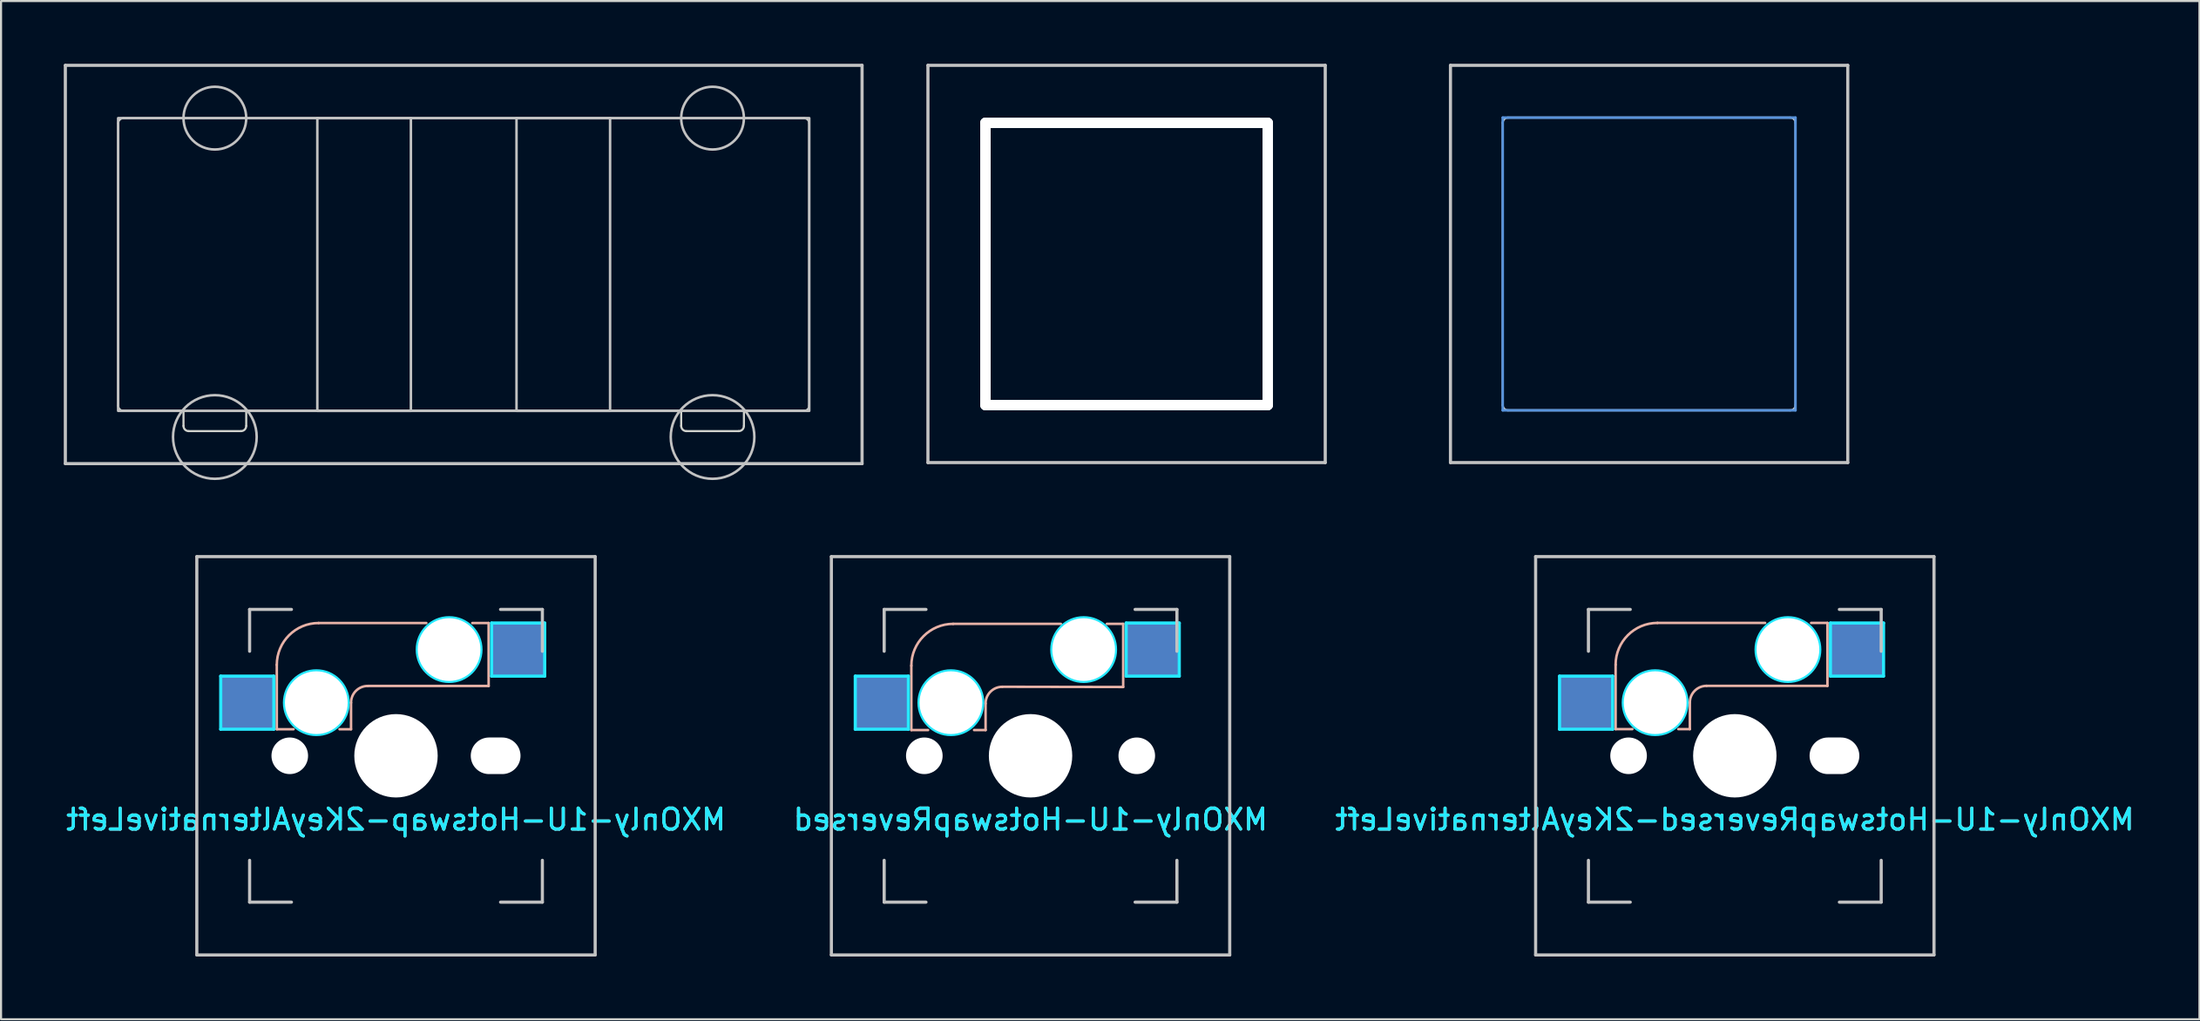
<source format=kicad_pcb>
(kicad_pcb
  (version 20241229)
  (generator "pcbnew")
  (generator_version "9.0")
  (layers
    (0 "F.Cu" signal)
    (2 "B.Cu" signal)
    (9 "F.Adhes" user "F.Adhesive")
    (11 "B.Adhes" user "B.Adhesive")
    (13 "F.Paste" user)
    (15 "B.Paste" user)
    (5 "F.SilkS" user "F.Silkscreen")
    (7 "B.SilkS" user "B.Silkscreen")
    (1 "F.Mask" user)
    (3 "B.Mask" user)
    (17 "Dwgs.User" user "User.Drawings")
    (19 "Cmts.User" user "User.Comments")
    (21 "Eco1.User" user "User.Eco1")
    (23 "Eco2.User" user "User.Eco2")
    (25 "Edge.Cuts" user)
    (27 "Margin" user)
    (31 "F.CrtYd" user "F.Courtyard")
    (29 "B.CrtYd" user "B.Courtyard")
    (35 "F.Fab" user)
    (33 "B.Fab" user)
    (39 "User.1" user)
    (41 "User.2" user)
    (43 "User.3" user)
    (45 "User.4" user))
  (footprint "MXOnly-1U-Hotswap-2KeyAlternativeLeft"
    (layer "F.Cu")
    (at 15.887 33.098)
    (property "Reference" "MXOnly-1U-Hotswap-2KeyAlternativeLeft" (at 0 3.048 0) (layer "B.CrtYd") (effects (font (size 1 1) (thickness 0.15)) (justify mirror)))
    (attr smd)
    (fp_line (start -5.7 -1.27) (end -5.7 -4.35) (stroke (width 0.12) (type solid)) (layer "B.SilkS"))
    (fp_line (start -5.7 -1.27) (end -4.9 -1.27) (stroke (width 0.12) (type solid)) (layer "B.SilkS"))
    (fp_line (start -3.7 -6.35) (end 1.45 -6.35) (stroke (width 0.12) (type solid)) (layer "B.SilkS"))
    (fp_line (start -2.15 -1.27) (end -2.7 -1.27) (stroke (width 0.12) (type solid)) (layer "B.SilkS"))
    (fp_line (start -2.15 -1.27) (end -2.15 -2.54) (stroke (width 0.12) (type solid)) (layer "B.SilkS"))
    (fp_line (start 4.43 -6.35) (end 3.65 -6.35) (stroke (width 0.12) (type solid)) (layer "B.SilkS"))
    (fp_line (start 4.43 -6.35) (end 4.43 -3.34) (stroke (width 0.12) (type solid)) (layer "B.SilkS"))
    (fp_line (start 4.43 -3.34) (end -1.35 -3.34) (stroke (width 0.12) (type solid)) (layer "B.SilkS"))
    (fp_arc (start -5.7 -4.35) (mid -5.114214 -5.764214) (end -3.7 -6.35) (stroke (width 0.12) (type solid)) (layer "B.SilkS"))
    (fp_arc (start -2.15 -2.54) (mid -1.915685 -3.105685) (end -1.35 -3.34) (stroke (width 0.12) (type solid)) (layer "B.SilkS"))
    (fp_line (start -9.525 -9.525) (end 9.525 -9.525) (stroke (width 0.15) (type solid)) (layer "Dwgs.User"))
    (fp_line (start -9.525 9.525) (end -9.525 -9.525) (stroke (width 0.15) (type solid)) (layer "Dwgs.User"))
    (fp_line (start -7 -7) (end -7 -5) (stroke (width 0.15) (type solid)) (layer "Dwgs.User"))
    (fp_line (start -7 5) (end -7 7) (stroke (width 0.15) (type solid)) (layer "Dwgs.User"))
    (fp_line (start -7 7) (end -5 7) (stroke (width 0.15) (type solid)) (layer "Dwgs.User"))
    (fp_line (start -5 -7) (end -7 -7) (stroke (width 0.15) (type solid)) (layer "Dwgs.User"))
    (fp_line (start 5 -7) (end 7 -7) (stroke (width 0.15) (type solid)) (layer "Dwgs.User"))
    (fp_line (start 5 7) (end 7 7) (stroke (width 0.15) (type solid)) (layer "Dwgs.User"))
    (fp_line (start 7 -7) (end 7 -5) (stroke (width 0.15) (type solid)) (layer "Dwgs.User"))
    (fp_line (start 7 7) (end 7 5) (stroke (width 0.15) (type solid)) (layer "Dwgs.User"))
    (fp_line (start 9.525 -9.525) (end 9.525 9.525) (stroke (width 0.15) (type solid)) (layer "Dwgs.User"))
    (fp_line (start 9.525 9.525) (end -9.525 9.525) (stroke (width 0.15) (type solid)) (layer "Dwgs.User"))
    (fp_line (start -8.382 -3.81) (end -8.382 -1.27) (stroke (width 0.15) (type solid)) (layer "B.CrtYd"))
    (fp_line (start -8.382 -1.27) (end -5.842 -1.27) (stroke (width 0.15) (type solid)) (layer "B.CrtYd"))
    (fp_line (start -5.842 -3.81) (end -8.382 -3.81) (stroke (width 0.15) (type solid)) (layer "B.CrtYd"))
    (fp_line (start -5.842 -1.27) (end -5.842 -3.81) (stroke (width 0.15) (type solid)) (layer "B.CrtYd"))
    (fp_line (start 4.572 -6.35) (end 7.112 -6.35) (stroke (width 0.15) (type solid)) (layer "B.CrtYd"))
    (fp_line (start 4.572 -3.81) (end 4.572 -6.35) (stroke (width 0.15) (type solid)) (layer "B.CrtYd"))
    (fp_line (start 7.112 -6.35) (end 7.112 -3.81) (stroke (width 0.15) (type solid)) (layer "B.CrtYd"))
    (fp_line (start 7.112 -3.81) (end 4.572 -3.81) (stroke (width 0.15) (type solid)) (layer "B.CrtYd"))
    (fp_circle (center -3.81 -2.54) (end -3.81 -4.064) (stroke (width 0.15) (type solid)) (fill no) (layer "B.CrtYd"))
    (fp_circle (center 2.54 -5.08) (end 2.54 -6.604) (stroke (width 0.15) (type solid)) (fill no) (layer "B.CrtYd"))
    (fp_text user "${REFERENCE}" (at 0 3.048 0) (layer "B.SilkS") (effects (font (size 1 1) (thickness 0.15)) (justify mirror)))
    (pad "" np_thru_hole circle (at -5.08 0 48.1) (size 1.75 1.75) (drill 1.75) (layers "*.Cu" "*.Mask"))
    (pad "" np_thru_hole circle (at -3.81 -2.54) (size 3 3) (drill 3) (layers "*.Cu" "*.Mask"))
    (pad "" np_thru_hole circle (at 0 0) (size 3.988 3.988) (drill 3.988) (layers "*.Cu" "*.Mask"))
    (pad "" np_thru_hole circle (at 2.54 -5.08) (size 3 3) (drill 3) (layers "*.Cu" "*.Mask"))
    (pad "" np_thru_hole oval (at 4.765 0) (size 2.38 1.75) (drill oval 2.38 1.75) (layers "*.Cu" "*.Mask"))
    (pad "1" smd rect (at -7.085 -2.54) (size 2.55 2.5) (layers "B.Cu" "B.Mask" "B.Paste"))
    (pad "2" smd rect (at 5.842 -5.08) (size 2.55 2.5) (layers "B.Cu" "B.Mask" "B.Paste")))
  (footprint "MX_Switch_Cutout_Square_fillets"
    (layer "F.Cu")
    (at 75.813 9.575)
    (property "Reference" "MX_Switch_Cutout_Square_fillets" (at 0.25 10.05 0) (layer "Eco2.User") (effects (font (size 1 1) (thickness 0.15))))
    (attr through_hole)
    (fp_line (start -9.5 -9.5) (end 9.5 -9.5) (stroke (width 0.15) (type solid)) (layer "Dwgs.User"))
    (fp_line (start -9.5 9.5) (end -9.5 -9.5) (stroke (width 0.15) (type solid)) (layer "Dwgs.User"))
    (fp_line (start 9.5 -9.5) (end 9.5 9.5) (stroke (width 0.15) (type solid)) (layer "Dwgs.User"))
    (fp_line (start 9.5 9.5) (end -9.5 9.5) (stroke (width 0.15) (type solid)) (layer "Dwgs.User"))
    (fp_line (start -7 -7) (end 7 -7) (stroke (width 0.12) (type solid)) (layer "Cmts.User"))
    (fp_line (start -7 7) (end -7 -7) (stroke (width 0.12) (type solid)) (layer "Cmts.User"))
    (fp_line (start -7 7) (end 7 7) (stroke (width 0.12) (type solid)) (layer "Cmts.User"))
    (fp_line (start 7 7) (end 7 -7) (stroke (width 0.12) (type solid)) (layer "Cmts.User"))
    (fp_line (start -7 -6.75) (end -7 6.75) (stroke (width 0.1) (type solid)) (layer "Edge.Cuts"))
    (fp_line (start -6.75 -7) (end 6.75 -7) (stroke (width 0.1) (type solid)) (layer "Edge.Cuts"))
    (fp_line (start -6.75 7) (end 6.75 7) (stroke (width 0.1) (type solid)) (layer "Edge.Cuts"))
    (fp_line (start 7 -6.75) (end 7 6.75) (stroke (width 0.1) (type solid)) (layer "Edge.Cuts"))
    (fp_arc (start -7.000001 -6.750001) (mid -6.926777 -6.926777) (end -6.75 -7) (stroke (width 0.1) (type solid)) (layer "Edge.Cuts"))
    (fp_arc (start -6.75 7) (mid -6.926776 6.926778) (end -7 6.750002) (stroke (width 0.1) (type solid)) (layer "Edge.Cuts"))
    (fp_arc (start 6.75 -7) (mid 6.926777 -6.926777) (end 7 -6.75) (stroke (width 0.1) (type solid)) (layer "Edge.Cuts"))
    (fp_arc (start 7.000001 6.750001) (mid 6.926777 6.926777) (end 6.75 7) (stroke (width 0.1) (type solid)) (layer "Edge.Cuts")))
  (footprint "MX_Switch_Cutout-Combo-2u_2x1u"
    (layer "F.Cu")
    (at 19.125 9.6)
    (property "Reference" "MX_Switch_Cutout-Combo-2u_2x1u" (at 0.25 10.05 0) (layer "Eco2.User") (effects (font (size 1 1) (thickness 0.15))))
    (fp_line (start -19.05 -9.525) (end 19.05 -9.525) (stroke (width 0.15) (type solid)) (layer "Dwgs.User"))
    (fp_line (start -19.05 9.525) (end -19.05 -9.525) (stroke (width 0.15) (type solid)) (layer "Dwgs.User"))
    (fp_line (start 19.05 -9.525) (end 19.05 9.525) (stroke (width 0.15) (type solid)) (layer "Dwgs.User"))
    (fp_line (start 19.05 9.525) (end -19.05 9.525) (stroke (width 0.15) (type solid)) (layer "Dwgs.User"))
    (fp_rect (start -16.525 -7) (end -2.525 7) (stroke (width 0.12) (type solid)) (fill no) (layer "Dwgs.User"))
    (fp_rect (start -7 -7) (end 7 7) (stroke (width 0.12) (type solid)) (fill no) (layer "Dwgs.User"))
    (fp_rect (start 16.525 -7) (end 2.525 7) (stroke (width 0.12) (type solid)) (fill no) (layer "Dwgs.User"))
    (fp_circle (center -11.9 -7) (end -10.4 -7) (stroke (width 0.12) (type solid)) (fill no) (layer "Dwgs.User"))
    (fp_circle (center -11.9 8.25) (end -9.9 8.25) (stroke (width 0.12) (type solid)) (fill no) (layer "Dwgs.User"))
    (fp_circle (center 11.9 -7) (end 13.4 -7) (stroke (width 0.12) (type solid)) (fill no) (layer "Dwgs.User"))
    (fp_circle (center 11.9 8.25) (end 13.9 8.25) (stroke (width 0.12) (type solid)) (fill no) (layer "Dwgs.User"))
    (fp_line (start -16.525 6.75) (end -16.525 -6.75) (stroke (width 0.1) (type solid)) (layer "Edge.Cuts"))
    (fp_line (start -16.275 -7) (end 16.275 -7) (stroke (width 0.1) (type solid)) (layer "Edge.Cuts"))
    (fp_line (start -13.4 7) (end -16.275 7) (stroke (width 0.1) (type solid)) (layer "Edge.Cuts"))
    (fp_line (start -13.4 7) (end -13.4 7.72) (stroke (width 0.1) (type solid)) (layer "Edge.Cuts"))
    (fp_line (start -13.15 7.97) (end -10.65 7.97) (stroke (width 0.1) (type solid)) (layer "Edge.Cuts"))
    (fp_line (start -10.4 7.72) (end -10.4 7) (stroke (width 0.1) (type solid)) (layer "Edge.Cuts"))
    (fp_line (start 10.4 7) (end -10.4 7) (stroke (width 0.1) (type solid)) (layer "Edge.Cuts"))
    (fp_line (start 10.4 7.72) (end 10.4 7) (stroke (width 0.1) (type solid)) (layer "Edge.Cuts"))
    (fp_line (start 13.15 7.97) (end 10.65 7.97) (stroke (width 0.1) (type solid)) (layer "Edge.Cuts"))
    (fp_line (start 13.4 7) (end 13.4 7.72) (stroke (width 0.1) (type solid)) (layer "Edge.Cuts"))
    (fp_line (start 13.4 7) (end 16.275 7) (stroke (width 0.1) (type solid)) (layer "Edge.Cuts"))
    (fp_line (start 16.525 6.75) (end 16.525 -6.75) (stroke (width 0.1) (type solid)) (layer "Edge.Cuts"))
    (fp_arc (start -16.525 -6.75) (mid -16.451776 -6.926776) (end -16.275 -6.999998) (stroke (width 0.1) (type solid)) (layer "Edge.Cuts"))
    (fp_arc (start -16.275 7) (mid -16.451776 6.926778) (end -16.525 6.750002) (stroke (width 0.1) (type solid)) (layer "Edge.Cuts"))
    (fp_arc (start -13.15 7.97) (mid -13.326776 7.896778) (end -13.4 7.720002) (stroke (width 0.1) (type solid)) (layer "Edge.Cuts"))
    (fp_arc (start -10.4 7.72) (mid -10.473222 7.896776) (end -10.649998 7.97) (stroke (width 0.1) (type solid)) (layer "Edge.Cuts"))
    (fp_arc (start 10.649999 7.970001) (mid 10.473223 7.896777) (end 10.4 7.72) (stroke (width 0.1) (type solid)) (layer "Edge.Cuts"))
    (fp_arc (start 13.400001 7.720001) (mid 13.326777 7.896777) (end 13.15 7.97) (stroke (width 0.1) (type solid)) (layer "Edge.Cuts"))
    (fp_arc (start 16.275 -7) (mid 16.451776 -6.926777) (end 16.524999 -6.750001) (stroke (width 0.1) (type solid)) (layer "Edge.Cuts"))
    (fp_arc (start 16.525001 6.750001) (mid 16.451777 6.926777) (end 16.275 7) (stroke (width 0.1) (type solid)) (layer "Edge.Cuts")))
  (footprint "MXOnly-1U-HotswapReversed-2KeyAlternativeLeft"
    (layer "F.Cu")
    (at 79.911 33.098)
    (property "Reference" "MXOnly-1U-HotswapReversed-2KeyAlternativeLeft" (at 0 3.048 180) (layer "B.CrtYd") (effects (font (size 1 1) (thickness 0.15)) (justify mirror)))
    (attr smd)
    (fp_line (start -5.7 -1.275) (end -5.7 -4.355) (stroke (width 0.12) (type solid)) (layer "B.SilkS"))
    (fp_line (start -5.7 -1.275) (end -4.9 -1.275) (stroke (width 0.12) (type solid)) (layer "B.SilkS"))
    (fp_line (start -3.7 -6.355) (end 1.45 -6.355) (stroke (width 0.12) (type solid)) (layer "B.SilkS"))
    (fp_line (start -2.15 -1.275) (end -2.7 -1.275) (stroke (width 0.12) (type solid)) (layer "B.SilkS"))
    (fp_line (start -2.15 -1.275) (end -2.15 -2.545) (stroke (width 0.12) (type solid)) (layer "B.SilkS"))
    (fp_line (start 4.43 -6.355) (end 3.65 -6.355) (stroke (width 0.12) (type solid)) (layer "B.SilkS"))
    (fp_line (start 4.43 -6.355) (end 4.43 -3.345) (stroke (width 0.12) (type solid)) (layer "B.SilkS"))
    (fp_line (start 4.43 -3.345) (end -1.35 -3.345) (stroke (width 0.12) (type solid)) (layer "B.SilkS"))
    (fp_arc (start -5.7 -4.355) (mid -5.114214 -5.769214) (end -3.7 -6.355) (stroke (width 0.12) (type solid)) (layer "B.SilkS"))
    (fp_arc (start -2.15 -2.545) (mid -1.915685 -3.110685) (end -1.35 -3.345) (stroke (width 0.12) (type solid)) (layer "B.SilkS"))
    (fp_line (start -9.525 -9.525) (end 9.525 -9.525) (stroke (width 0.15) (type solid)) (layer "Dwgs.User"))
    (fp_line (start -9.525 9.525) (end -9.525 -9.525) (stroke (width 0.15) (type solid)) (layer "Dwgs.User"))
    (fp_line (start -7 -7) (end -7 -5) (stroke (width 0.15) (type solid)) (layer "Dwgs.User"))
    (fp_line (start -7 5) (end -7 7) (stroke (width 0.15) (type solid)) (layer "Dwgs.User"))
    (fp_line (start -7 7) (end -5 7) (stroke (width 0.15) (type solid)) (layer "Dwgs.User"))
    (fp_line (start -5 -7) (end -7 -7) (stroke (width 0.15) (type solid)) (layer "Dwgs.User"))
    (fp_line (start 5 -7) (end 7 -7) (stroke (width 0.15) (type solid)) (layer "Dwgs.User"))
    (fp_line (start 5 7) (end 7 7) (stroke (width 0.15) (type solid)) (layer "Dwgs.User"))
    (fp_line (start 7 -7) (end 7 -5) (stroke (width 0.15) (type solid)) (layer "Dwgs.User"))
    (fp_line (start 7 7) (end 7 5) (stroke (width 0.15) (type solid)) (layer "Dwgs.User"))
    (fp_line (start 9.525 -9.525) (end 9.525 9.525) (stroke (width 0.15) (type solid)) (layer "Dwgs.User"))
    (fp_line (start 9.525 9.525) (end -9.525 9.525) (stroke (width 0.15) (type solid)) (layer "Dwgs.User"))
    (fp_line (start -8.382 -3.81) (end -8.382 -1.27) (stroke (width 0.15) (type solid)) (layer "B.CrtYd"))
    (fp_line (start -8.382 -1.27) (end -5.842 -1.27) (stroke (width 0.15) (type solid)) (layer "B.CrtYd"))
    (fp_line (start -5.842 -3.81) (end -8.382 -3.81) (stroke (width 0.15) (type solid)) (layer "B.CrtYd"))
    (fp_line (start -5.842 -1.27) (end -5.842 -3.81) (stroke (width 0.15) (type solid)) (layer "B.CrtYd"))
    (fp_line (start 4.572 -6.35) (end 7.112 -6.35) (stroke (width 0.15) (type solid)) (layer "B.CrtYd"))
    (fp_line (start 4.572 -3.81) (end 4.572 -6.35) (stroke (width 0.15) (type solid)) (layer "B.CrtYd"))
    (fp_line (start 7.112 -6.35) (end 7.112 -3.81) (stroke (width 0.15) (type solid)) (layer "B.CrtYd"))
    (fp_line (start 7.112 -3.81) (end 4.572 -3.81) (stroke (width 0.15) (type solid)) (layer "B.CrtYd"))
    (fp_circle (center -3.81 -2.54) (end -3.81 -4.064) (stroke (width 0.15) (type solid)) (fill no) (layer "B.CrtYd"))
    (fp_circle (center 2.54 -5.08) (end 2.54 -6.604) (stroke (width 0.15) (type solid)) (fill no) (layer "B.CrtYd"))
    (fp_text user "${REFERENCE}" (at 0 3.048 180) (layer "B.SilkS") (effects (font (size 1 1) (thickness 0.15)) (justify mirror)))
    (pad "" np_thru_hole circle (at -5.08 0 48.1) (size 1.75 1.75) (drill 1.75) (layers "*.Cu" "*.Mask"))
    (pad "" np_thru_hole circle (at -3.81 -2.54) (size 3 3) (drill 3) (layers "*.Cu" "*.Mask"))
    (pad "" np_thru_hole circle (at 0 0) (size 3.988 3.988) (drill 3.988) (layers "*.Cu" "*.Mask"))
    (pad "" np_thru_hole circle (at 2.54 -5.08) (size 3 3) (drill 3) (layers "*.Cu" "*.Mask"))
    (pad "" np_thru_hole oval (at 4.765 0) (size 2.38 1.75) (drill oval 2.38 1.75) (layers "*.Cu" "*.Mask"))
    (pad "1" smd rect (at 5.842 -5.08) (size 2.55 2.5) (layers "B.Cu" "B.Mask" "B.Paste"))
    (pad "2" smd rect (at -7.085 -2.54) (size 2.55 2.5) (layers "B.Cu" "B.Mask" "B.Paste")))
  (footprint "MX_Switch_Cutout_Square"
    (layer "F.Cu")
    (at 50.825 9.575)
    (property "Reference" "MX_Switch_Cutout_Square" (at 0.25 10.05 0) (layer "Eco2.User") (effects (font (size 1 1) (thickness 0.15))))
    (attr through_hole)
    (fp_line (start -9.5 -9.5) (end 9.5 -9.5) (stroke (width 0.15) (type solid)) (layer "Dwgs.User"))
    (fp_line (start -9.5 9.5) (end -9.5 -9.5) (stroke (width 0.15) (type solid)) (layer "Dwgs.User"))
    (fp_line (start 9.5 -9.5) (end 9.5 9.5) (stroke (width 0.15) (type solid)) (layer "Dwgs.User"))
    (fp_line (start 9.5 9.5) (end -9.5 9.5) (stroke (width 0.15) (type solid)) (layer "Dwgs.User"))
    (pad "" np_thru_hole oval (at -6.75 0) (size 0.5 14) (drill oval 0.5 14) (layers "*.Cu" "*.Mask"))
    (pad "" np_thru_hole oval (at 0 -6.75) (size 14 0.5) (drill oval 14 0.5) (layers "*.Cu" "*.Mask"))
    (pad "" np_thru_hole oval (at 0 6.75) (size 14 0.5) (drill oval 14 0.5) (layers "*.Cu" "*.Mask"))
    (pad "" np_thru_hole oval (at 6.75 0) (size 0.5 14) (drill oval 0.5 14) (layers "*.Cu" "*.Mask")))
  (footprint "MXOnly-1U-HotswapReversed"
    (layer "F.Cu")
    (at 46.232 33.098)
    (property "Reference" "MXOnly-1U-HotswapReversed" (at 0 3.048 0) (layer "B.CrtYd") (effects (font (size 1 1) (thickness 0.15)) (justify mirror)))
    (attr smd)
    (fp_line (start -5.7 -1.23) (end -5.7 -4.31) (stroke (width 0.12) (type solid)) (layer "B.SilkS"))
    (fp_line (start -5.7 -1.23) (end -4.9 -1.23) (stroke (width 0.12) (type solid)) (layer "B.SilkS"))
    (fp_line (start -3.7 -6.31) (end 1.45 -6.31) (stroke (width 0.12) (type solid)) (layer "B.SilkS"))
    (fp_line (start -2.15 -1.23) (end -2.7 -1.23) (stroke (width 0.12) (type solid)) (layer "B.SilkS"))
    (fp_line (start -2.15 -1.23) (end -2.15 -2.5) (stroke (width 0.12) (type solid)) (layer "B.SilkS"))
    (fp_line (start 4.43 -6.31) (end 3.65 -6.31) (stroke (width 0.12) (type solid)) (layer "B.SilkS"))
    (fp_line (start 4.43 -6.31) (end 4.43 -3.29) (stroke (width 0.12) (type solid)) (layer "B.SilkS"))
    (fp_line (start 4.43 -3.29) (end -1.35 -3.3) (stroke (width 0.12) (type solid)) (layer "B.SilkS"))
    (fp_arc (start -5.7 -4.31) (mid -5.114214 -5.724214) (end -3.7 -6.31) (stroke (width 0.12) (type solid)) (layer "B.SilkS"))
    (fp_arc (start -2.15 -2.5) (mid -1.915685 -3.065685) (end -1.35 -3.3) (stroke (width 0.12) (type solid)) (layer "B.SilkS"))
    (fp_line (start -9.525 -9.525) (end 9.525 -9.525) (stroke (width 0.15) (type solid)) (layer "Dwgs.User"))
    (fp_line (start -9.525 9.525) (end -9.525 -9.525) (stroke (width 0.15) (type solid)) (layer "Dwgs.User"))
    (fp_line (start -7 -7) (end -7 -5) (stroke (width 0.15) (type solid)) (layer "Dwgs.User"))
    (fp_line (start -7 5) (end -7 7) (stroke (width 0.15) (type solid)) (layer "Dwgs.User"))
    (fp_line (start -7 7) (end -5 7) (stroke (width 0.15) (type solid)) (layer "Dwgs.User"))
    (fp_line (start -5 -7) (end -7 -7) (stroke (width 0.15) (type solid)) (layer "Dwgs.User"))
    (fp_line (start 5 -7) (end 7 -7) (stroke (width 0.15) (type solid)) (layer "Dwgs.User"))
    (fp_line (start 5 7) (end 7 7) (stroke (width 0.15) (type solid)) (layer "Dwgs.User"))
    (fp_line (start 7 -7) (end 7 -5) (stroke (width 0.15) (type solid)) (layer "Dwgs.User"))
    (fp_line (start 7 7) (end 7 5) (stroke (width 0.15) (type solid)) (layer "Dwgs.User"))
    (fp_line (start 9.525 -9.525) (end 9.525 9.525) (stroke (width 0.15) (type solid)) (layer "Dwgs.User"))
    (fp_line (start 9.525 9.525) (end -9.525 9.525) (stroke (width 0.15) (type solid)) (layer "Dwgs.User"))
    (fp_line (start -8.382 -3.81) (end -8.382 -1.27) (stroke (width 0.15) (type solid)) (layer "B.CrtYd"))
    (fp_line (start -8.382 -1.27) (end -5.842 -1.27) (stroke (width 0.15) (type solid)) (layer "B.CrtYd"))
    (fp_line (start -5.842 -3.81) (end -8.382 -3.81) (stroke (width 0.15) (type solid)) (layer "B.CrtYd"))
    (fp_line (start -5.842 -1.27) (end -5.842 -3.81) (stroke (width 0.15) (type solid)) (layer "B.CrtYd"))
    (fp_line (start 4.572 -6.35) (end 7.112 -6.35) (stroke (width 0.15) (type solid)) (layer "B.CrtYd"))
    (fp_line (start 4.572 -3.81) (end 4.572 -6.35) (stroke (width 0.15) (type solid)) (layer "B.CrtYd"))
    (fp_line (start 7.112 -6.35) (end 7.112 -3.81) (stroke (width 0.15) (type solid)) (layer "B.CrtYd"))
    (fp_line (start 7.112 -3.81) (end 4.572 -3.81) (stroke (width 0.15) (type solid)) (layer "B.CrtYd"))
    (fp_circle (center -3.81 -2.54) (end -3.81 -4.064) (stroke (width 0.15) (type solid)) (fill no) (layer "B.CrtYd"))
    (fp_circle (center 2.54 -5.08) (end 2.54 -6.604) (stroke (width 0.15) (type solid)) (fill no) (layer "B.CrtYd"))
    (fp_text user "${REFERENCE}" (at 0 3.048 0) (layer "B.SilkS") (effects (font (size 1 1) (thickness 0.15)) (justify mirror)))
    (pad "" np_thru_hole circle (at -5.08 0 48.1) (size 1.75 1.75) (drill 1.75) (layers "*.Cu" "*.Mask"))
    (pad "" np_thru_hole circle (at -3.81 -2.54) (size 3 3) (drill 3) (layers "*.Cu" "*.Mask"))
    (pad "" np_thru_hole circle (at 0 0) (size 3.988 3.988) (drill 3.988) (layers "*.Cu" "*.Mask"))
    (pad "" np_thru_hole circle (at 2.54 -5.08) (size 3 3) (drill 3) (layers "*.Cu" "*.Mask"))
    (pad "" np_thru_hole circle (at 5.08 0 48.1) (size 1.75 1.75) (drill 1.75) (layers "*.Cu" "*.Mask"))
    (pad "1" smd rect (at 5.842 -5.08) (size 2.55 2.5) (layers "B.Cu" "B.Mask" "B.Paste"))
    (pad "2" smd rect (at -7.085 -2.54) (size 2.55 2.5) (layers "B.Cu" "B.Mask" "B.Paste")))
  (gr_rect
    (start -3 -3)
    (end 102.131 45.698)
    (stroke (width 0.1) (type default))
    (fill no)
    (layer "Edge.Cuts")))
</source>
